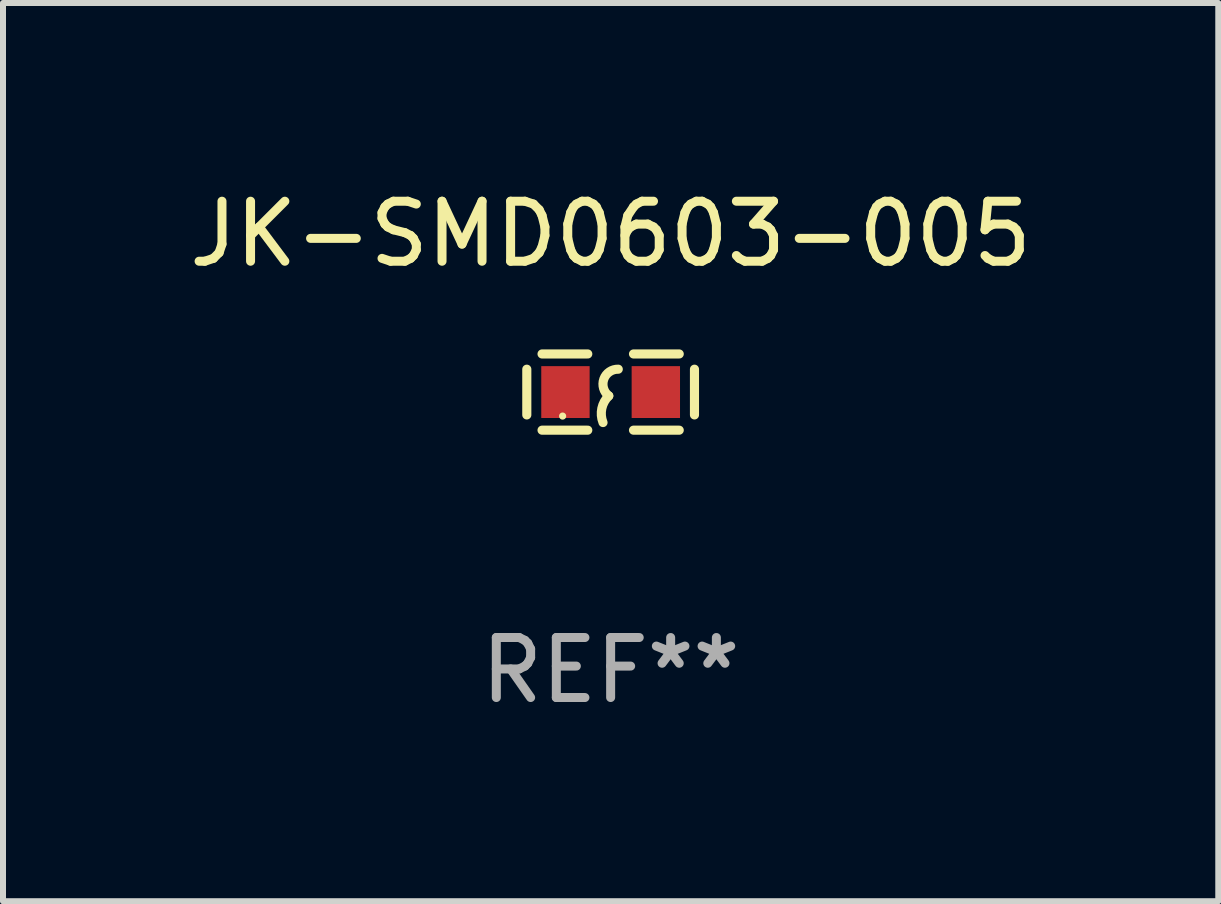
<source format=kicad_pcb>
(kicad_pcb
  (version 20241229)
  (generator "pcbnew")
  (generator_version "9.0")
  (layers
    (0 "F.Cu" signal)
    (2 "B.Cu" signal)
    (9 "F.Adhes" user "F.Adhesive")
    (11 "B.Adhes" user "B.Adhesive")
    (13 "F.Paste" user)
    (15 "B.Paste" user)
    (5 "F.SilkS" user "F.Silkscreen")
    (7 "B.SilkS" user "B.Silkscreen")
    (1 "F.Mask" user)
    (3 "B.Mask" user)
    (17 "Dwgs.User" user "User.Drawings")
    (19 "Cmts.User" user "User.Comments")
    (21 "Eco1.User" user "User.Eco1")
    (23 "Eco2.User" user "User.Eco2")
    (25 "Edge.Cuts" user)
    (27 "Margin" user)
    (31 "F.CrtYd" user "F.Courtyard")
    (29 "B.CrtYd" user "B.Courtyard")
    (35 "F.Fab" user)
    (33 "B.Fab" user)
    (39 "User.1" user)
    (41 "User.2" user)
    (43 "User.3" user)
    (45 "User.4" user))
  (footprint "JK-SMD0603-005"
    (layer "F.Cu")
    (at 7.125 3.483)
    (property "Reference" "JK-SMD0603-005" (at 0 -2.635 0) (layer "F.SilkS") (effects (font (size 1 1) (thickness 0.15))))
    (attr through_hole)
    (fp_line (start -1.397 -0.381) (end -1.397 0.381) (stroke (width 0.152) (type solid)) (layer "F.SilkS"))
    (fp_line (start -0.381 -0.635) (end -1.143 -0.635) (stroke (width 0.152) (type solid)) (layer "F.SilkS"))
    (fp_line (start -0.381 0.635) (end -1.143 0.635) (stroke (width 0.152) (type solid)) (layer "F.SilkS"))
    (fp_line (start 0.381 -0.635) (end 1.143 -0.635) (stroke (width 0.152) (type solid)) (layer "F.SilkS"))
    (fp_line (start 0.381 0.635) (end 1.143 0.635) (stroke (width 0.152) (type solid)) (layer "F.SilkS"))
    (fp_line (start 1.397 -0.381) (end 1.397 0.381) (stroke (width 0.152) (type solid)) (layer "F.SilkS"))
    (fp_arc (start -0.127 0.508001) (mid -0.146523 0.271131) (end -0.030861 0.0635) (stroke (width 0.151994) (type solid)) (layer "F.SilkS"))
    (fp_arc (start -0.03175 0.0635) (mid -0.113571 -0.216321) (end 0.127001 -0.381002) (stroke (width 0.151994) (type solid)) (layer "F.SilkS"))
    (fp_circle (center -0.8 0.4) (end -0.77 0.4) (stroke (width 0.06) (type solid)) (fill no) (layer "F.SilkS"))
    (fp_text user "REF**" (at 0 4.635 0) (layer "F.Fab") (effects (font (size 1 1) (thickness 0.15))))
    (pad "1" smd rect (at -0.753 0) (size 0.806 0.864) (layers "F.Cu" "F.Mask" "F.Paste"))
    (pad "2" smd rect (at 0.753 0) (size 0.806 0.864) (layers "F.Cu" "F.Mask" "F.Paste")))
  (gr_rect
    (start -3 -3)
    (end 17.25 11.967)
    (stroke (width 0.1) (type default))
    (fill no)
    (layer "Edge.Cuts")))
</source>
